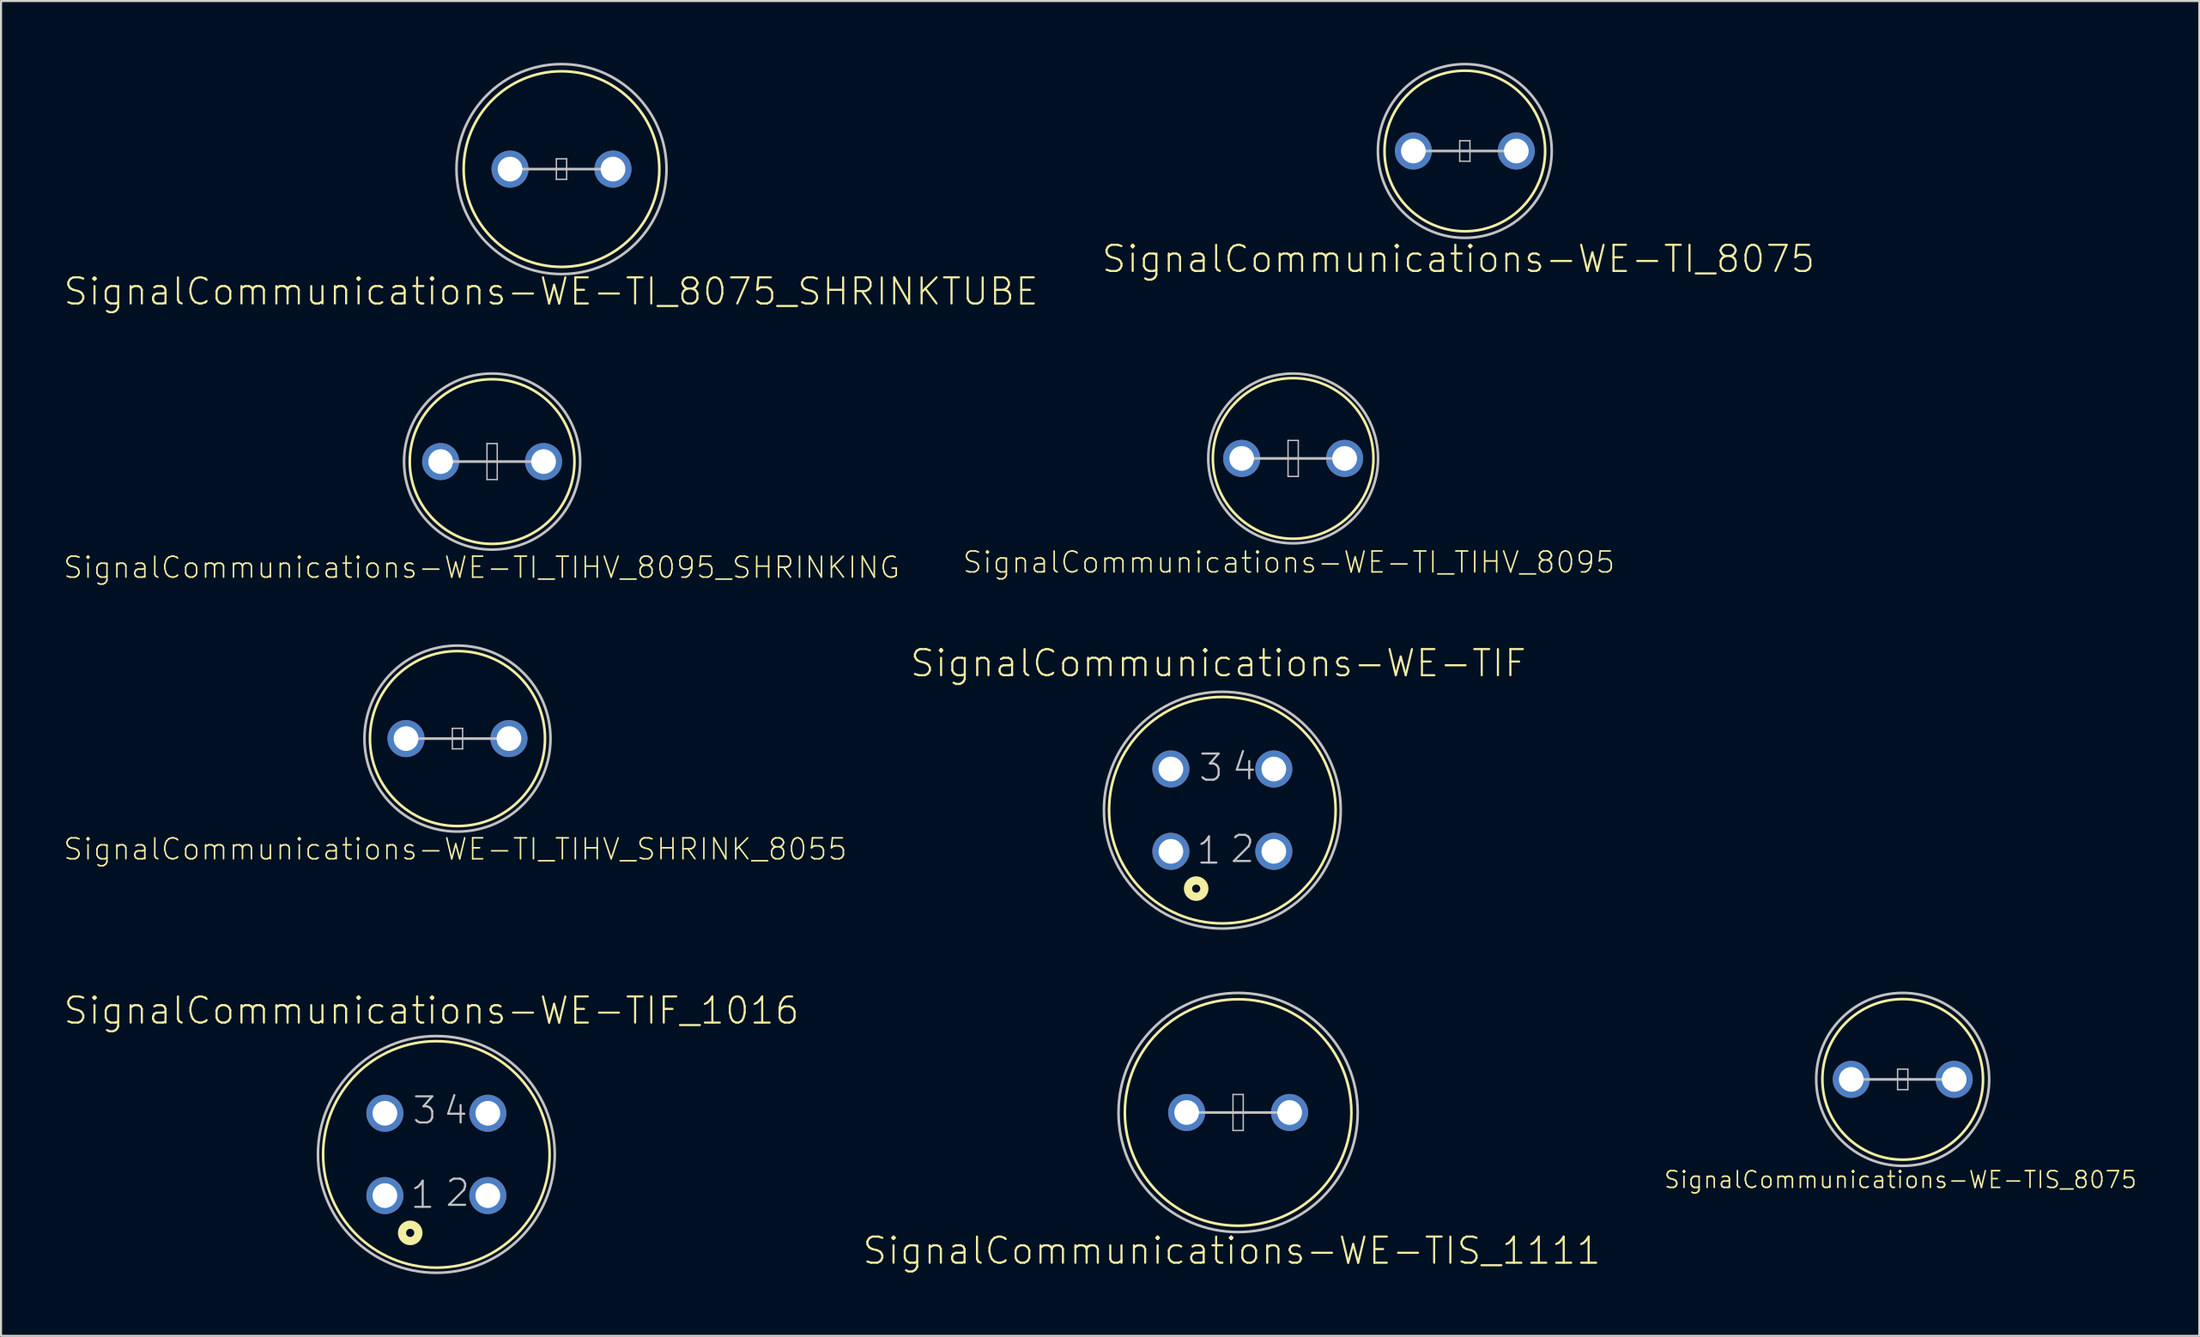
<source format=kicad_pcb>
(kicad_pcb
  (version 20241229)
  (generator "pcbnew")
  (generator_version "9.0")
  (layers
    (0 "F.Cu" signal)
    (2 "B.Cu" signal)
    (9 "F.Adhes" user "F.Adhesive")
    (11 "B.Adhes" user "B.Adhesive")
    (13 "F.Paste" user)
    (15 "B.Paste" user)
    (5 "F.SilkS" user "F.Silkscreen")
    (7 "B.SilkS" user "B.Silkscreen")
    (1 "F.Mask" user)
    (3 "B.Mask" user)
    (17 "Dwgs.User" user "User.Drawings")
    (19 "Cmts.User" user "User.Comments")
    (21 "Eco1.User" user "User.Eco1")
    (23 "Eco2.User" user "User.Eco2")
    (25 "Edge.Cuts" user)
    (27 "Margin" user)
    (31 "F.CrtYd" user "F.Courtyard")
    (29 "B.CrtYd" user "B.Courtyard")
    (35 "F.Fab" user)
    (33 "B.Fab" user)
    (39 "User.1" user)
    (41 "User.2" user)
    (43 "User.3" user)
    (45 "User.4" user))
  (footprint "SignalCommunications-WE-TI_TIHV_8095"
    (layer "F.Cu")
    (at 59.731 19.212)
    (property "Reference" "SignalCommunications-WE-TI_TIHV_8095" (at -0.208 5.044 0) (layer "F.SilkS") (effects (font (size 1.016 1.016) (thickness 0.076))))
    (attr exclude_from_pos_files exclude_from_bom)
    (fp_circle (center 0 0) (end 0 -3.899) (stroke (width 0.127) (type solid)) (fill no) (layer "F.SilkS"))
    (fp_line (start -2.499 0) (end 2.499 0) (stroke (width 0.127) (type solid)) (layer "Dwgs.User"))
    (fp_line (start -0.249 -0.874) (end 0.249 -0.874) (stroke (width 0.066) (type solid)) (layer "Dwgs.User"))
    (fp_line (start -0.249 0.874) (end -0.249 -0.874) (stroke (width 0.066) (type solid)) (layer "Dwgs.User"))
    (fp_line (start -0.249 0.874) (end 0.249 0.874) (stroke (width 0.066) (type solid)) (layer "Dwgs.User"))
    (fp_line (start 0.249 0.874) (end 0.249 -0.874) (stroke (width 0.066) (type solid)) (layer "Dwgs.User"))
    (fp_circle (center 0 0) (end 0 -4.122) (stroke (width 0.127) (type solid)) (fill no) (layer "Dwgs.User"))
    (pad "1" thru_hole circle (at -2.499 0) (size 1.798 1.798) (drill 1.199) (layers "*.Cu" "*.Paste" "*.Mask"))
    (pad "2" thru_hole circle (at 2.499 0) (size 1.798 1.798) (drill 1.199) (layers "*.Cu" "*.Paste" "*.Mask")))
  (footprint "SignalCommunications-WE-TI_8075"
    (layer "F.Cu")
    (at 68.065 4.282)
    (property "Reference" "SignalCommunications-WE-TI_8075" (at -0.31 5.243 0) (layer "F.SilkS") (effects (font (size 1.27 1.27) (thickness 0.102))))
    (attr exclude_from_pos_files exclude_from_bom)
    (fp_circle (center 0 0) (end 0 -3.899) (stroke (width 0.127) (type solid)) (fill no) (layer "F.SilkS"))
    (fp_line (start -2.499 0) (end 2.499 0) (stroke (width 0.127) (type solid)) (layer "Dwgs.User"))
    (fp_line (start -0.249 -0.498) (end 0.249 -0.498) (stroke (width 0.066) (type solid)) (layer "Dwgs.User"))
    (fp_line (start -0.249 0.498) (end -0.249 -0.498) (stroke (width 0.066) (type solid)) (layer "Dwgs.User"))
    (fp_line (start -0.249 0.498) (end 0.249 0.498) (stroke (width 0.066) (type solid)) (layer "Dwgs.User"))
    (fp_line (start 0.249 0.498) (end 0.249 -0.498) (stroke (width 0.066) (type solid)) (layer "Dwgs.User"))
    (fp_circle (center 0 0) (end 0 -4.219) (stroke (width 0.127) (type solid)) (fill no) (layer "Dwgs.User"))
    (pad "1" thru_hole circle (at -2.499 0) (size 1.798 1.798) (drill 1.199) (layers "*.Cu" "*.Paste" "*.Mask"))
    (pad "2" thru_hole circle (at 2.499 0) (size 1.798 1.798) (drill 1.199) (layers "*.Cu" "*.Paste" "*.Mask")))
  (footprint "SignalCommunications-WE-TIF"
    (layer "F.Cu")
    (at 56.293 36.292)
    (property "Reference" "SignalCommunications-WE-TIF" (at -0.198 -7.135 0) (layer "F.SilkS") (effects (font (size 1.27 1.27) (thickness 0.102))))
    (attr exclude_from_pos_files exclude_from_bom)
    (fp_circle (center -1.27 3.81) (end -1.27 3.612) (stroke (width 0.399) (type solid)) (fill no) (layer "F.SilkS"))
    (fp_circle (center 0 0) (end 0 -5.499) (stroke (width 0.127) (type solid)) (fill no) (layer "F.SilkS"))
    (fp_circle (center 0 0) (end 0 -5.748) (stroke (width 0.127) (type solid)) (fill no) (layer "Dwgs.User"))
    (fp_text user "4" (at 1.064 -2.123 0) (layer "Dwgs.User") (effects (font (size 1.27 1.27) (thickness 0.102))))
    (fp_text user "1" (at -0.653 1.963 0) (layer "Dwgs.User") (effects (font (size 1.27 1.27) (thickness 0.102))))
    (fp_text user "2" (at 0.983 1.885 0) (layer "Dwgs.User") (effects (font (size 1.27 1.27) (thickness 0.102))))
    (fp_text user "3" (at -0.544 -2.062 0) (layer "Dwgs.User") (effects (font (size 1.27 1.27) (thickness 0.102))))
    (pad "1" thru_hole circle (at -2.499 1.999) (size 1.798 1.798) (drill 1.199) (layers "*.Cu" "*.Paste" "*.Mask"))
    (pad "2" thru_hole circle (at 2.499 1.999) (size 1.798 1.798) (drill 1.199) (layers "*.Cu" "*.Paste" "*.Mask"))
    (pad "3" thru_hole circle (at -2.499 -1.999) (size 1.798 1.798) (drill 1.199) (layers "*.Cu" "*.Paste" "*.Mask"))
    (pad "4" thru_hole circle (at 2.499 -1.999) (size 1.798 1.798) (drill 1.199) (layers "*.Cu" "*.Paste" "*.Mask")))
  (footprint "SignalCommunications-WE-TI_TIHV_8095_SHRINKING"
    (layer "F.Cu")
    (at 20.841 19.364)
    (property "Reference" "SignalCommunications-WE-TI_TIHV_8095_SHRINKING" (at -0.508 5.144 0) (layer "F.SilkS") (effects (font (size 1.016 1.016) (thickness 0.076))))
    (attr exclude_from_pos_files exclude_from_bom)
    (fp_circle (center 0 0) (end 0 -3.998) (stroke (width 0.127) (type solid)) (fill no) (layer "F.SilkS"))
    (fp_line (start -2.499 0) (end 2.499 0) (stroke (width 0.127) (type solid)) (layer "Dwgs.User"))
    (fp_line (start -0.249 -0.874) (end 0.249 -0.874) (stroke (width 0.066) (type solid)) (layer "Dwgs.User"))
    (fp_line (start -0.249 0.874) (end -0.249 -0.874) (stroke (width 0.066) (type solid)) (layer "Dwgs.User"))
    (fp_line (start -0.249 0.874) (end 0.249 0.874) (stroke (width 0.066) (type solid)) (layer "Dwgs.User"))
    (fp_line (start 0.249 0.874) (end 0.249 -0.874) (stroke (width 0.066) (type solid)) (layer "Dwgs.User"))
    (fp_circle (center 0 0) (end 0 -4.275) (stroke (width 0.127) (type solid)) (fill no) (layer "Dwgs.User"))
    (pad "1" thru_hole circle (at -2.499 0) (size 1.798 1.798) (drill 1.199) (layers "*.Cu" "*.Paste" "*.Mask"))
    (pad "2" thru_hole circle (at 2.499 0) (size 1.798 1.798) (drill 1.199) (layers "*.Cu" "*.Paste" "*.Mask")))
  (footprint "SignalCommunications-WE-TI_8075_SHRINKTUBE"
    (layer "F.Cu")
    (at 24.21 5.161)
    (property "Reference" "SignalCommunications-WE-TI_8075_SHRINKTUBE" (at -0.508 5.944 0) (layer "F.SilkS") (effects (font (size 1.27 1.27) (thickness 0.102))))
    (attr exclude_from_pos_files exclude_from_bom)
    (fp_circle (center 0 0) (end 0 -4.75) (stroke (width 0.127) (type solid)) (fill no) (layer "F.SilkS"))
    (fp_line (start -2.499 0) (end 2.499 0) (stroke (width 0.127) (type solid)) (layer "Dwgs.User"))
    (fp_line (start -0.249 -0.498) (end 0.249 -0.498) (stroke (width 0.066) (type solid)) (layer "Dwgs.User"))
    (fp_line (start -0.249 0.498) (end -0.249 -0.498) (stroke (width 0.066) (type solid)) (layer "Dwgs.User"))
    (fp_line (start -0.249 0.498) (end 0.249 0.498) (stroke (width 0.066) (type solid)) (layer "Dwgs.User"))
    (fp_line (start 0.249 0.498) (end 0.249 -0.498) (stroke (width 0.066) (type solid)) (layer "Dwgs.User"))
    (fp_circle (center 0 0) (end 0 -5.098) (stroke (width 0.127) (type solid)) (fill no) (layer "Dwgs.User"))
    (pad "1" thru_hole circle (at -2.499 0) (size 1.798 1.798) (drill 1.199) (layers "*.Cu" "*.Paste" "*.Mask"))
    (pad "2" thru_hole circle (at 2.499 0) (size 1.798 1.798) (drill 1.199) (layers "*.Cu" "*.Paste" "*.Mask")))
  (footprint "SignalCommunications-WE-TIS_8075"
    (layer "F.Cu")
    (at 89.324 49.366)
    (property "Reference" "SignalCommunications-WE-TIS_8075" (at -0.109 4.872 0) (layer "F.SilkS") (effects (font (size 0.813 0.813) (thickness 0.076))))
    (attr exclude_from_pos_files exclude_from_bom)
    (fp_circle (center 0 0) (end 0 -3.899) (stroke (width 0.127) (type solid)) (fill no) (layer "F.SilkS"))
    (fp_line (start -2.499 0) (end 2.499 0) (stroke (width 0.127) (type solid)) (layer "Dwgs.User"))
    (fp_line (start -0.249 -0.498) (end 0.249 -0.498) (stroke (width 0.066) (type solid)) (layer "Dwgs.User"))
    (fp_line (start -0.249 0.498) (end -0.249 -0.498) (stroke (width 0.066) (type solid)) (layer "Dwgs.User"))
    (fp_line (start -0.249 0.498) (end 0.249 0.498) (stroke (width 0.066) (type solid)) (layer "Dwgs.User"))
    (fp_line (start 0.249 0.498) (end 0.249 -0.498) (stroke (width 0.066) (type solid)) (layer "Dwgs.User"))
    (fp_circle (center 0 0) (end 0 -4.199) (stroke (width 0.127) (type solid)) (fill no) (layer "Dwgs.User"))
    (pad "1" thru_hole circle (at -2.499 0) (size 1.798 1.798) (drill 1.199) (layers "*.Cu" "*.Paste" "*.Mask"))
    (pad "2" thru_hole circle (at 2.499 0) (size 1.798 1.798) (drill 1.199) (layers "*.Cu" "*.Paste" "*.Mask")))
  (footprint "SignalCommunications-WE-TIS_1111"
    (layer "F.Cu")
    (at 57.059 50.974)
    (property "Reference" "SignalCommunications-WE-TIS_1111" (at -0.31 6.713 0) (layer "F.SilkS") (effects (font (size 1.27 1.27) (thickness 0.102))))
    (attr exclude_from_pos_files exclude_from_bom)
    (fp_circle (center 0 0) (end 0 -5.499) (stroke (width 0.127) (type solid)) (fill no) (layer "F.SilkS"))
    (fp_line (start -2.499 0) (end 2.499 0) (stroke (width 0.127) (type solid)) (layer "Dwgs.User"))
    (fp_line (start -0.249 -0.874) (end 0.249 -0.874) (stroke (width 0.066) (type solid)) (layer "Dwgs.User"))
    (fp_line (start -0.249 0.874) (end -0.249 -0.874) (stroke (width 0.066) (type solid)) (layer "Dwgs.User"))
    (fp_line (start -0.249 0.874) (end 0.249 0.874) (stroke (width 0.066) (type solid)) (layer "Dwgs.User"))
    (fp_line (start 0.249 0.874) (end 0.249 -0.874) (stroke (width 0.066) (type solid)) (layer "Dwgs.User"))
    (fp_circle (center 0 0) (end 0 -5.806) (stroke (width 0.127) (type solid)) (fill no) (layer "Dwgs.User"))
    (pad "1" thru_hole circle (at -2.499 0) (size 1.798 1.798) (drill 1.199) (layers "*.Cu" "*.Paste" "*.Mask"))
    (pad "2" thru_hole circle (at 2.499 0) (size 1.798 1.798) (drill 1.199) (layers "*.Cu" "*.Paste" "*.Mask")))
  (footprint "SignalCommunications-WE-TI_TIHV_SHRINK_8055"
    (layer "F.Cu")
    (at 19.16 32.816)
    (property "Reference" "SignalCommunications-WE-TI_TIHV_SHRINK_8055" (at -0.109 5.37 0) (layer "F.SilkS") (effects (font (size 1.016 1.016) (thickness 0.076))))
    (attr exclude_from_pos_files exclude_from_bom)
    (fp_circle (center 0 0) (end 0 -4.249) (stroke (width 0.127) (type solid)) (fill no) (layer "F.SilkS"))
    (fp_line (start -2.499 0) (end 2.499 0) (stroke (width 0.127) (type solid)) (layer "Dwgs.User"))
    (fp_line (start -0.249 -0.498) (end 0.249 -0.498) (stroke (width 0.066) (type solid)) (layer "Dwgs.User"))
    (fp_line (start -0.249 0.498) (end -0.249 -0.498) (stroke (width 0.066) (type solid)) (layer "Dwgs.User"))
    (fp_line (start -0.249 0.498) (end 0.249 0.498) (stroke (width 0.066) (type solid)) (layer "Dwgs.User"))
    (fp_line (start 0.249 0.498) (end 0.249 -0.498) (stroke (width 0.066) (type solid)) (layer "Dwgs.User"))
    (fp_circle (center 0 0) (end 0 -4.516) (stroke (width 0.127) (type solid)) (fill no) (layer "Dwgs.User"))
    (pad "1" thru_hole circle (at -2.499 0) (size 1.798 1.798) (drill 1.199) (layers "*.Cu" "*.Paste" "*.Mask"))
    (pad "2" thru_hole circle (at 2.499 0) (size 1.798 1.798) (drill 1.199) (layers "*.Cu" "*.Paste" "*.Mask")))
  (footprint "SignalCommunications-WE-TIF_1016"
    (layer "F.Cu")
    (at 18.135 53.01)
    (property "Reference" "SignalCommunications-WE-TIF_1016" (at -0.239 -6.985 0) (layer "F.SilkS") (effects (font (size 1.27 1.27) (thickness 0.102))))
    (attr exclude_from_pos_files exclude_from_bom)
    (fp_circle (center -1.27 3.81) (end -1.27 3.612) (stroke (width 0.399) (type solid)) (fill no) (layer "F.SilkS"))
    (fp_circle (center 0 0) (end 0 -5.499) (stroke (width 0.127) (type solid)) (fill no) (layer "F.SilkS"))
    (fp_circle (center 0 0) (end 0 -5.748) (stroke (width 0.127) (type solid)) (fill no) (layer "Dwgs.User"))
    (fp_text user "1" (at -0.663 1.963 0) (layer "Dwgs.User") (effects (font (size 1.27 1.27) (thickness 0.102))))
    (fp_text user "2" (at 1.034 1.864 0) (layer "Dwgs.User") (effects (font (size 1.27 1.27) (thickness 0.102))))
    (fp_text user "3" (at -0.564 -2.134 0) (layer "Dwgs.User") (effects (font (size 1.27 1.27) (thickness 0.102))))
    (fp_text user "4" (at 0.935 -2.134 0) (layer "Dwgs.User") (effects (font (size 1.27 1.27) (thickness 0.102))))
    (pad "1" thru_hole circle (at -2.499 1.999) (size 1.798 1.798) (drill 1.199) (layers "*.Cu" "*.Paste" "*.Mask"))
    (pad "2" thru_hole circle (at 2.499 1.999) (size 1.798 1.798) (drill 1.199) (layers "*.Cu" "*.Paste" "*.Mask"))
    (pad "3" thru_hole circle (at -2.499 -1.999) (size 1.798 1.798) (drill 1.199) (layers "*.Cu" "*.Paste" "*.Mask"))
    (pad "4" thru_hole circle (at 2.499 -1.999) (size 1.798 1.798) (drill 1.199) (layers "*.Cu" "*.Paste" "*.Mask")))
  (gr_rect
    (start -3 -3)
    (end 103.723 61.821)
    (stroke (width 0.1) (type default))
    (fill no)
    (layer "Edge.Cuts")))
</source>
